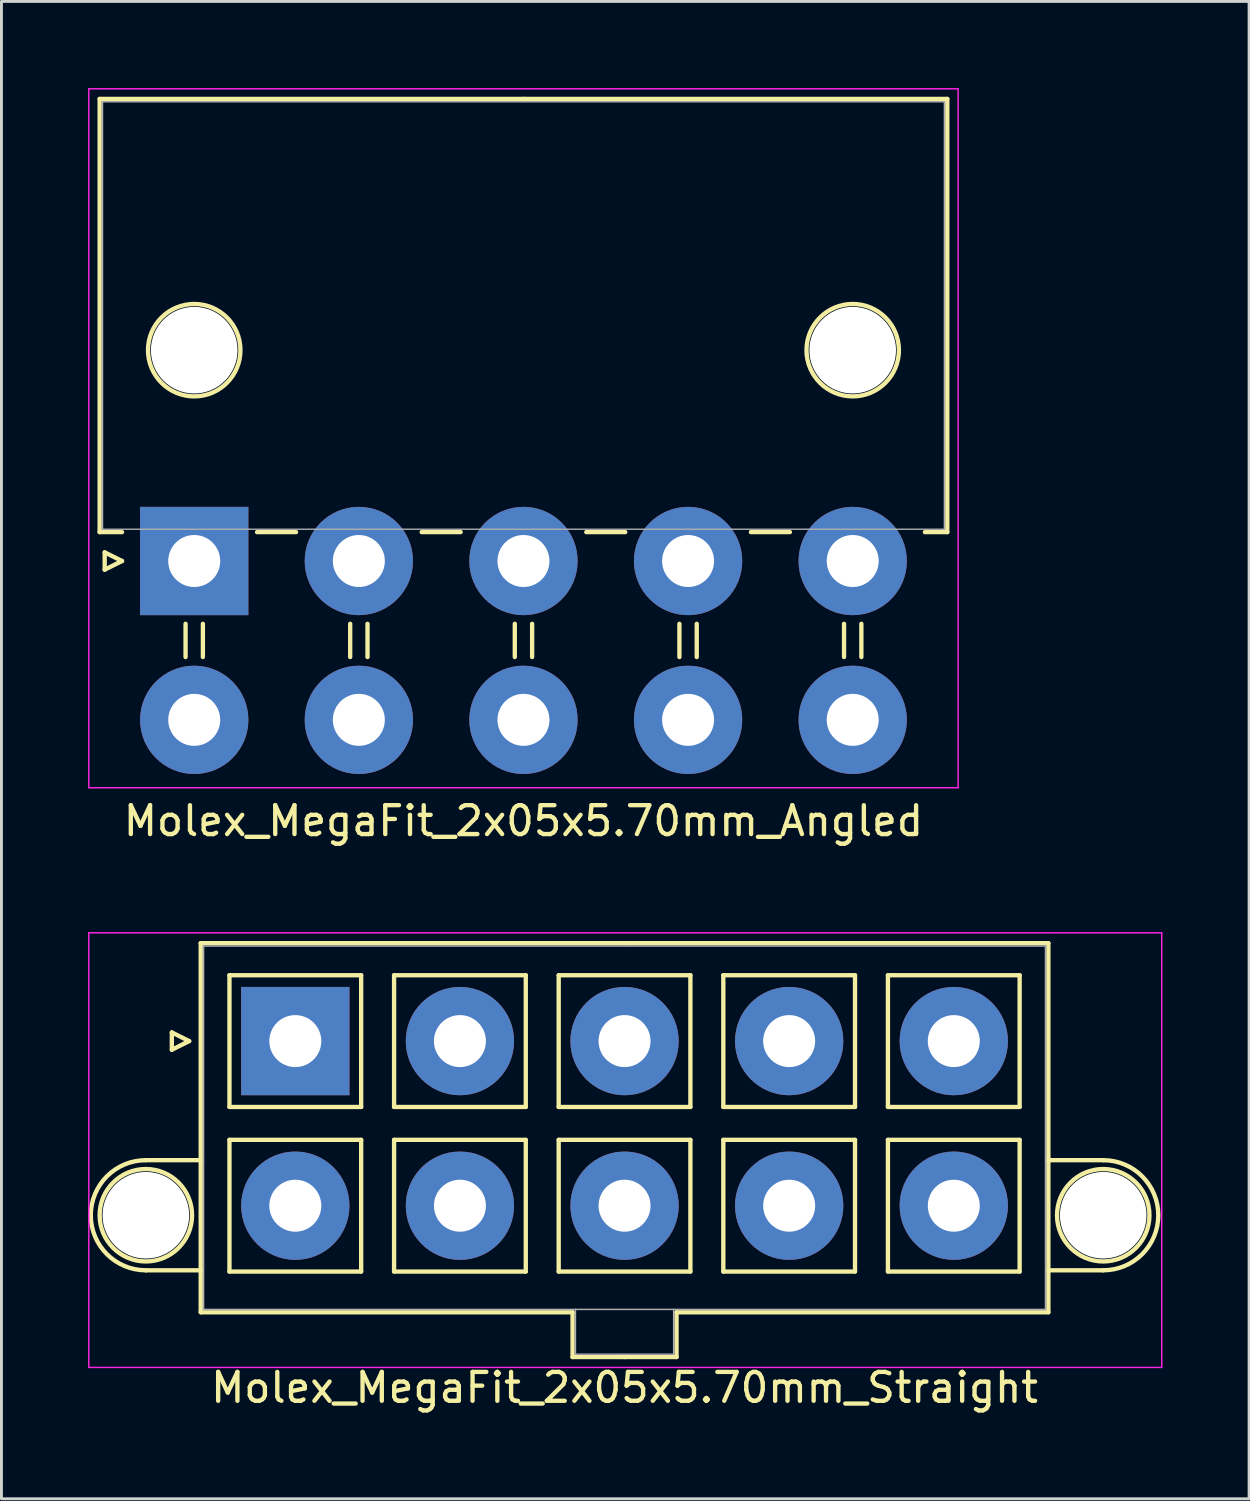
<source format=kicad_pcb>
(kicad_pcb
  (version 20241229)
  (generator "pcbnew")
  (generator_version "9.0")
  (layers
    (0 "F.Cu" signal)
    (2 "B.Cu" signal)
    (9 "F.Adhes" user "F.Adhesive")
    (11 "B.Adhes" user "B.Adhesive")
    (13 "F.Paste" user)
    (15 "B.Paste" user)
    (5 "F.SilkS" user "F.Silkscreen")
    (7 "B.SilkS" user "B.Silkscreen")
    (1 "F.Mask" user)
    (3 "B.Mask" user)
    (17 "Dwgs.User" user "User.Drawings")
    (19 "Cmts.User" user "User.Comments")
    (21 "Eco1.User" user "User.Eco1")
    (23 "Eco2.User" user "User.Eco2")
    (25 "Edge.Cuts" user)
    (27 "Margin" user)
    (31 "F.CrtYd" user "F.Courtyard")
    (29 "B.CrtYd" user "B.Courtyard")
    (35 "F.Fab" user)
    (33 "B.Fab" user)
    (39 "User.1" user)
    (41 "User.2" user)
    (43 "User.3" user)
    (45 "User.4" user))
  (footprint "Molex_MegaFit_2x05x5.70mm_Straight"
    (layer "F.Cu")
    (at 7.175 32.998)
    (property "Reference" "Molex_MegaFit_2x05x5.70mm_Straight" (at 11.4 12 0) (layer "F.SilkS") (effects (font (size 1 1) (thickness 0.15))))
    (attr through_hole)
    (fp_line (start -5.175 4.124) (end -3.275 4.124) (stroke (width 0.15) (type solid)) (layer "F.SilkS"))
    (fp_line (start -5.175 7.936) (end -3.275 7.936) (stroke (width 0.15) (type solid)) (layer "F.SilkS"))
    (fp_line (start -4.275 -0.3) (end -3.675 0) (stroke (width 0.15) (type solid)) (layer "F.SilkS"))
    (fp_line (start -4.275 0.3) (end -4.275 -0.3) (stroke (width 0.15) (type solid)) (layer "F.SilkS"))
    (fp_line (start -3.675 0) (end -4.275 0.3) (stroke (width 0.15) (type solid)) (layer "F.SilkS"))
    (fp_line (start -3.275 -3.39) (end -3.275 9.39) (stroke (width 0.15) (type solid)) (layer "F.SilkS"))
    (fp_line (start -3.275 9.39) (end 9.6 9.39) (stroke (width 0.15) (type solid)) (layer "F.SilkS"))
    (fp_line (start -2.28 -2.28) (end -2.28 2.28) (stroke (width 0.15) (type solid)) (layer "F.SilkS"))
    (fp_line (start -2.28 2.28) (end 2.28 2.28) (stroke (width 0.15) (type solid)) (layer "F.SilkS"))
    (fp_line (start -2.28 3.42) (end -2.28 7.98) (stroke (width 0.15) (type solid)) (layer "F.SilkS"))
    (fp_line (start -2.28 7.98) (end 2.28 7.98) (stroke (width 0.15) (type solid)) (layer "F.SilkS"))
    (fp_line (start 2.28 -2.28) (end -2.28 -2.28) (stroke (width 0.15) (type solid)) (layer "F.SilkS"))
    (fp_line (start 2.28 2.28) (end 2.28 -2.28) (stroke (width 0.15) (type solid)) (layer "F.SilkS"))
    (fp_line (start 2.28 3.42) (end -2.28 3.42) (stroke (width 0.15) (type solid)) (layer "F.SilkS"))
    (fp_line (start 2.28 7.98) (end 2.28 3.42) (stroke (width 0.15) (type solid)) (layer "F.SilkS"))
    (fp_line (start 3.42 -2.28) (end 3.42 2.28) (stroke (width 0.15) (type solid)) (layer "F.SilkS"))
    (fp_line (start 3.42 2.28) (end 7.98 2.28) (stroke (width 0.15) (type solid)) (layer "F.SilkS"))
    (fp_line (start 3.42 3.42) (end 3.42 7.98) (stroke (width 0.15) (type solid)) (layer "F.SilkS"))
    (fp_line (start 3.42 7.98) (end 7.98 7.98) (stroke (width 0.15) (type solid)) (layer "F.SilkS"))
    (fp_line (start 7.98 -2.28) (end 3.42 -2.28) (stroke (width 0.15) (type solid)) (layer "F.SilkS"))
    (fp_line (start 7.98 2.28) (end 7.98 -2.28) (stroke (width 0.15) (type solid)) (layer "F.SilkS"))
    (fp_line (start 7.98 3.42) (end 3.42 3.42) (stroke (width 0.15) (type solid)) (layer "F.SilkS"))
    (fp_line (start 7.98 7.98) (end 7.98 3.42) (stroke (width 0.15) (type solid)) (layer "F.SilkS"))
    (fp_line (start 9.12 -2.28) (end 9.12 2.28) (stroke (width 0.15) (type solid)) (layer "F.SilkS"))
    (fp_line (start 9.12 2.28) (end 13.68 2.28) (stroke (width 0.15) (type solid)) (layer "F.SilkS"))
    (fp_line (start 9.12 3.42) (end 9.12 7.98) (stroke (width 0.15) (type solid)) (layer "F.SilkS"))
    (fp_line (start 9.12 7.98) (end 13.68 7.98) (stroke (width 0.15) (type solid)) (layer "F.SilkS"))
    (fp_line (start 9.6 9.39) (end 9.6 10.94) (stroke (width 0.15) (type solid)) (layer "F.SilkS"))
    (fp_line (start 9.6 10.94) (end 11.4 10.94) (stroke (width 0.15) (type solid)) (layer "F.SilkS"))
    (fp_line (start 11.4 -3.39) (end -3.275 -3.39) (stroke (width 0.15) (type solid)) (layer "F.SilkS"))
    (fp_line (start 11.4 -3.39) (end 26.075 -3.39) (stroke (width 0.15) (type solid)) (layer "F.SilkS"))
    (fp_line (start 13.2 9.39) (end 13.2 10.94) (stroke (width 0.15) (type solid)) (layer "F.SilkS"))
    (fp_line (start 13.2 10.94) (end 11.4 10.94) (stroke (width 0.15) (type solid)) (layer "F.SilkS"))
    (fp_line (start 13.68 -2.28) (end 9.12 -2.28) (stroke (width 0.15) (type solid)) (layer "F.SilkS"))
    (fp_line (start 13.68 2.28) (end 13.68 -2.28) (stroke (width 0.15) (type solid)) (layer "F.SilkS"))
    (fp_line (start 13.68 3.42) (end 9.12 3.42) (stroke (width 0.15) (type solid)) (layer "F.SilkS"))
    (fp_line (start 13.68 7.98) (end 13.68 3.42) (stroke (width 0.15) (type solid)) (layer "F.SilkS"))
    (fp_line (start 14.82 -2.28) (end 14.82 2.28) (stroke (width 0.15) (type solid)) (layer "F.SilkS"))
    (fp_line (start 14.82 2.28) (end 19.38 2.28) (stroke (width 0.15) (type solid)) (layer "F.SilkS"))
    (fp_line (start 14.82 3.42) (end 14.82 7.98) (stroke (width 0.15) (type solid)) (layer "F.SilkS"))
    (fp_line (start 14.82 7.98) (end 19.38 7.98) (stroke (width 0.15) (type solid)) (layer "F.SilkS"))
    (fp_line (start 19.38 -2.28) (end 14.82 -2.28) (stroke (width 0.15) (type solid)) (layer "F.SilkS"))
    (fp_line (start 19.38 2.28) (end 19.38 -2.28) (stroke (width 0.15) (type solid)) (layer "F.SilkS"))
    (fp_line (start 19.38 3.42) (end 14.82 3.42) (stroke (width 0.15) (type solid)) (layer "F.SilkS"))
    (fp_line (start 19.38 7.98) (end 19.38 3.42) (stroke (width 0.15) (type solid)) (layer "F.SilkS"))
    (fp_line (start 20.52 -2.28) (end 20.52 2.28) (stroke (width 0.15) (type solid)) (layer "F.SilkS"))
    (fp_line (start 20.52 2.28) (end 25.08 2.28) (stroke (width 0.15) (type solid)) (layer "F.SilkS"))
    (fp_line (start 20.52 3.42) (end 20.52 7.98) (stroke (width 0.15) (type solid)) (layer "F.SilkS"))
    (fp_line (start 20.52 7.98) (end 25.08 7.98) (stroke (width 0.15) (type solid)) (layer "F.SilkS"))
    (fp_line (start 25.08 -2.28) (end 20.52 -2.28) (stroke (width 0.15) (type solid)) (layer "F.SilkS"))
    (fp_line (start 25.08 2.28) (end 25.08 -2.28) (stroke (width 0.15) (type solid)) (layer "F.SilkS"))
    (fp_line (start 25.08 3.42) (end 20.52 3.42) (stroke (width 0.15) (type solid)) (layer "F.SilkS"))
    (fp_line (start 25.08 7.98) (end 25.08 3.42) (stroke (width 0.15) (type solid)) (layer "F.SilkS"))
    (fp_line (start 26.075 -3.39) (end 26.075 9.39) (stroke (width 0.15) (type solid)) (layer "F.SilkS"))
    (fp_line (start 26.075 9.39) (end 13.2 9.39) (stroke (width 0.15) (type solid)) (layer "F.SilkS"))
    (fp_line (start 27.975 4.124) (end 26.075 4.124) (stroke (width 0.15) (type solid)) (layer "F.SilkS"))
    (fp_line (start 27.975 7.936) (end 26.075 7.936) (stroke (width 0.15) (type solid)) (layer "F.SilkS"))
    (fp_arc (start -5.175 7.93625) (mid -7.08125 6.03) (end -5.175 4.12375) (stroke (width 0.15) (type solid)) (layer "F.SilkS"))
    (fp_arc (start 27.975 4.12375) (mid 29.88125 6.03) (end 27.975 7.93625) (stroke (width 0.15) (type solid)) (layer "F.SilkS"))
    (fp_circle (center -5.175 6.03) (end -3.575 6.03) (stroke (width 0.15) (type solid)) (fill no) (layer "F.SilkS"))
    (fp_circle (center 27.975 6.03) (end 29.575 6.03) (stroke (width 0.15) (type solid)) (fill no) (layer "F.SilkS"))
    (fp_line (start -7.15 -3.75) (end -7.15 11.3) (stroke (width 0.05) (type solid)) (layer "F.CrtYd"))
    (fp_line (start -7.15 11.3) (end 30 11.3) (stroke (width 0.05) (type solid)) (layer "F.CrtYd"))
    (fp_line (start 30 -3.75) (end -7.15 -3.75) (stroke (width 0.05) (type solid)) (layer "F.CrtYd"))
    (fp_line (start 30 11.3) (end 30 -3.75) (stroke (width 0.05) (type solid)) (layer "F.CrtYd"))
    (fp_line (start -3.175 -3.29) (end -3.175 9.29) (stroke (width 0.05) (type solid)) (layer "F.Fab"))
    (fp_line (start -3.175 9.29) (end 25.975 9.29) (stroke (width 0.05) (type solid)) (layer "F.Fab"))
    (fp_line (start 9.7 9.29) (end 9.7 10.84) (stroke (width 0.05) (type solid)) (layer "F.Fab"))
    (fp_line (start 9.7 10.84) (end 13.1 10.84) (stroke (width 0.05) (type solid)) (layer "F.Fab"))
    (fp_line (start 13.1 10.84) (end 13.1 9.29) (stroke (width 0.05) (type solid)) (layer "F.Fab"))
    (fp_line (start 25.975 -3.29) (end -3.175 -3.29) (stroke (width 0.05) (type solid)) (layer "F.Fab"))
    (fp_line (start 25.975 9.29) (end 25.975 -3.29) (stroke (width 0.05) (type solid)) (layer "F.Fab"))
    (pad "" np_thru_hole circle (at -5.175 6.03) (size 3 3) (drill 3) (layers "*.Cu"))
    (pad "" np_thru_hole circle (at 27.975 6.03) (size 3 3) (drill 3) (layers "*.Cu"))
    (pad "1" thru_hole rect (at 0 0) (size 3.75 3.75) (drill 1.8) (layers "*.Cu" "*.Mask"))
    (pad "2" thru_hole circle (at 5.7 0) (size 3.75 3.75) (drill 1.8) (layers "*.Cu" "*.Mask"))
    (pad "3" thru_hole circle (at 11.4 0) (size 3.75 3.75) (drill 1.8) (layers "*.Cu" "*.Mask"))
    (pad "4" thru_hole circle (at 17.1 0) (size 3.75 3.75) (drill 1.8) (layers "*.Cu" "*.Mask"))
    (pad "5" thru_hole circle (at 22.8 0) (size 3.75 3.75) (drill 1.8) (layers "*.Cu" "*.Mask"))
    (pad "6" thru_hole circle (at 0 5.7) (size 3.75 3.75) (drill 1.8) (layers "*.Cu" "*.Mask"))
    (pad "7" thru_hole circle (at 5.7 5.7) (size 3.75 3.75) (drill 1.8) (layers "*.Cu" "*.Mask"))
    (pad "8" thru_hole circle (at 11.4 5.7) (size 3.75 3.75) (drill 1.8) (layers "*.Cu" "*.Mask"))
    (pad "9" thru_hole circle (at 17.1 5.7) (size 3.75 3.75) (drill 1.8) (layers "*.Cu" "*.Mask"))
    (pad "10" thru_hole circle (at 22.8 5.7) (size 3.75 3.75) (drill 1.8) (layers "*.Cu" "*.Mask")))
  (footprint "Molex_MegaFit_2x05x5.70mm_Angled"
    (layer "F.Cu")
    (at 3.675 16.375)
    (property "Reference" "Molex_MegaFit_2x05x5.70mm_Angled" (at 11.4 9 0) (layer "F.SilkS") (effects (font (size 1 1) (thickness 0.15))))
    (attr through_hole)
    (fp_line (start -3.275 -16) (end -3.275 -1) (stroke (width 0.15) (type solid)) (layer "F.SilkS"))
    (fp_line (start -3.275 -1) (end -2.5 -1) (stroke (width 0.15) (type solid)) (layer "F.SilkS"))
    (fp_line (start -3.1 -0.3) (end -2.5 0) (stroke (width 0.15) (type solid)) (layer "F.SilkS"))
    (fp_line (start -3.1 0.3) (end -3.1 -0.3) (stroke (width 0.15) (type solid)) (layer "F.SilkS"))
    (fp_line (start -2.5 0) (end -3.1 0.3) (stroke (width 0.15) (type solid)) (layer "F.SilkS"))
    (fp_line (start -0.3 2.175) (end -0.3 3.325) (stroke (width 0.15) (type solid)) (layer "F.SilkS"))
    (fp_line (start 0.3 2.175) (end 0.3 3.325) (stroke (width 0.15) (type solid)) (layer "F.SilkS"))
    (fp_line (start 2.175 -1) (end 3.525 -1) (stroke (width 0.15) (type solid)) (layer "F.SilkS"))
    (fp_line (start 5.4 2.175) (end 5.4 3.325) (stroke (width 0.15) (type solid)) (layer "F.SilkS"))
    (fp_line (start 6 2.175) (end 6 3.325) (stroke (width 0.15) (type solid)) (layer "F.SilkS"))
    (fp_line (start 7.875 -1) (end 9.225 -1) (stroke (width 0.15) (type solid)) (layer "F.SilkS"))
    (fp_line (start 11.1 2.175) (end 11.1 3.325) (stroke (width 0.15) (type solid)) (layer "F.SilkS"))
    (fp_line (start 11.4 -16) (end -3.275 -16) (stroke (width 0.15) (type solid)) (layer "F.SilkS"))
    (fp_line (start 11.4 -16) (end 26.075 -16) (stroke (width 0.15) (type solid)) (layer "F.SilkS"))
    (fp_line (start 11.7 2.175) (end 11.7 3.325) (stroke (width 0.15) (type solid)) (layer "F.SilkS"))
    (fp_line (start 13.575 -1) (end 14.925 -1) (stroke (width 0.15) (type solid)) (layer "F.SilkS"))
    (fp_line (start 16.8 2.175) (end 16.8 3.325) (stroke (width 0.15) (type solid)) (layer "F.SilkS"))
    (fp_line (start 17.4 2.175) (end 17.4 3.325) (stroke (width 0.15) (type solid)) (layer "F.SilkS"))
    (fp_line (start 19.275 -1) (end 20.625 -1) (stroke (width 0.15) (type solid)) (layer "F.SilkS"))
    (fp_line (start 22.5 2.175) (end 22.5 3.325) (stroke (width 0.15) (type solid)) (layer "F.SilkS"))
    (fp_line (start 23.1 2.175) (end 23.1 3.325) (stroke (width 0.15) (type solid)) (layer "F.SilkS"))
    (fp_line (start 26.075 -16) (end 26.075 -1) (stroke (width 0.15) (type solid)) (layer "F.SilkS"))
    (fp_line (start 26.075 -1) (end 25.3 -1) (stroke (width 0.15) (type solid)) (layer "F.SilkS"))
    (fp_circle (center 0 -7.3) (end 1.6 -7.3) (stroke (width 0.15) (type solid)) (fill no) (layer "F.SilkS"))
    (fp_circle (center 22.8 -7.3) (end 24.4 -7.3) (stroke (width 0.15) (type solid)) (fill no) (layer "F.SilkS"))
    (fp_line (start -3.65 -16.35) (end -3.65 7.85) (stroke (width 0.05) (type solid)) (layer "F.CrtYd"))
    (fp_line (start -3.65 7.85) (end 26.45 7.85) (stroke (width 0.05) (type solid)) (layer "F.CrtYd"))
    (fp_line (start 26.45 -16.35) (end -3.65 -16.35) (stroke (width 0.05) (type solid)) (layer "F.CrtYd"))
    (fp_line (start 26.45 7.85) (end 26.45 -16.35) (stroke (width 0.05) (type solid)) (layer "F.CrtYd"))
    (fp_line (start -3.175 -15.9) (end -3.175 -1.1) (stroke (width 0.05) (type solid)) (layer "F.Fab"))
    (fp_line (start -3.175 -1.1) (end 25.975 -1.1) (stroke (width 0.05) (type solid)) (layer "F.Fab"))
    (fp_line (start 25.975 -15.9) (end -3.175 -15.9) (stroke (width 0.05) (type solid)) (layer "F.Fab"))
    (fp_line (start 25.975 -1.1) (end 25.975 -15.9) (stroke (width 0.05) (type solid)) (layer "F.Fab"))
    (pad "" np_thru_hole circle (at 0 -7.3) (size 3 3) (drill 3) (layers "*.Cu"))
    (pad "" np_thru_hole circle (at 22.8 -7.3) (size 3 3) (drill 3) (layers "*.Cu"))
    (pad "1" thru_hole rect (at 0 0) (size 3.75 3.75) (drill 1.8) (layers "*.Cu" "*.Mask"))
    (pad "2" thru_hole circle (at 5.7 0) (size 3.75 3.75) (drill 1.8) (layers "*.Cu" "*.Mask"))
    (pad "3" thru_hole circle (at 11.4 0) (size 3.75 3.75) (drill 1.8) (layers "*.Cu" "*.Mask"))
    (pad "4" thru_hole circle (at 17.1 0) (size 3.75 3.75) (drill 1.8) (layers "*.Cu" "*.Mask"))
    (pad "5" thru_hole circle (at 22.8 0) (size 3.75 3.75) (drill 1.8) (layers "*.Cu" "*.Mask"))
    (pad "6" thru_hole circle (at 0 5.5) (size 3.75 3.75) (drill 1.8) (layers "*.Cu" "*.Mask"))
    (pad "7" thru_hole circle (at 5.7 5.5) (size 3.75 3.75) (drill 1.8) (layers "*.Cu" "*.Mask"))
    (pad "8" thru_hole circle (at 11.4 5.5) (size 3.75 3.75) (drill 1.8) (layers "*.Cu" "*.Mask"))
    (pad "9" thru_hole circle (at 17.1 5.5) (size 3.75 3.75) (drill 1.8) (layers "*.Cu" "*.Mask"))
    (pad "10" thru_hole circle (at 22.8 5.5) (size 3.75 3.75) (drill 1.8) (layers "*.Cu" "*.Mask")))
  (gr_rect
    (start -3 -3)
    (end 40.2 48.846)
    (stroke (width 0.1) (type default))
    (fill no)
    (layer "Edge.Cuts")))
</source>
